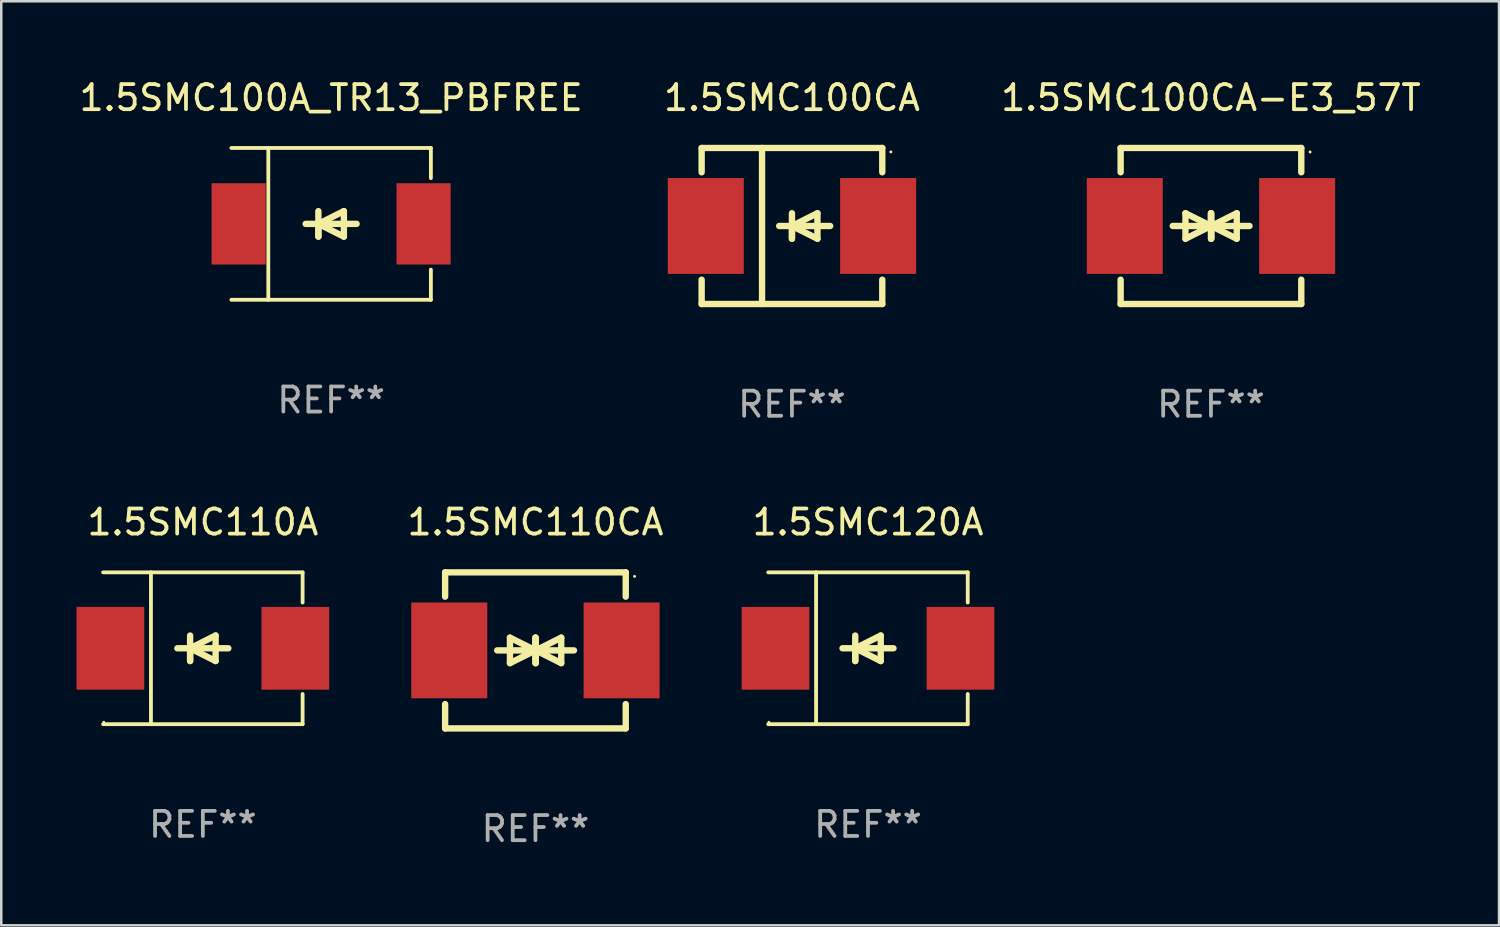
<source format=kicad_pcb>
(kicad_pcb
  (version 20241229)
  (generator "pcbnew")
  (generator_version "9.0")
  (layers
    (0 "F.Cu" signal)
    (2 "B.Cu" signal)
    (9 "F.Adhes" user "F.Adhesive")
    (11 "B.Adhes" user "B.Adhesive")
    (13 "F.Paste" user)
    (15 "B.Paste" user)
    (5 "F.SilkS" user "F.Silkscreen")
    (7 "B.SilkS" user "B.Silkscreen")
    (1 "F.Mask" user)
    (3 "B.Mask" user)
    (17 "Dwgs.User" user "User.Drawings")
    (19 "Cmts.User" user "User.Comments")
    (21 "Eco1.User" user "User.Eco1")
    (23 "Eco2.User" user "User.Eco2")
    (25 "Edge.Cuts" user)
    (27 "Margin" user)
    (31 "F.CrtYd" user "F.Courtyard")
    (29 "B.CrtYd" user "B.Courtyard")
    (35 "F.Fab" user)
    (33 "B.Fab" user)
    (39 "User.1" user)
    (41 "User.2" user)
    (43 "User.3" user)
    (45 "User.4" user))
  (footprint "1.5SMC100A_TR13_PBFREE"
    (layer "F.Cu")
    (at 10.149 5.874)
    (property "Reference" "1.5SMC100A_TR13_PBFREE" (at 0 -5.026 0) (layer "F.SilkS") (effects (font (size 1 1) (thickness 0.15))))
    (attr through_hole)
    (fp_line (start -3.976 -3.026) (end 3.976 -3.026) (stroke (width 0.152) (type solid)) (layer "F.SilkS"))
    (fp_line (start -3.976 3.026) (end 3.976 3.026) (stroke (width 0.152) (type solid)) (layer "F.SilkS"))
    (fp_line (start -2.504 -3.026) (end -2.504 3.026) (stroke (width 0.152) (type solid)) (layer "F.SilkS"))
    (fp_line (start -0.508 0) (end -0.508 0.508) (stroke (width 0.254) (type solid)) (layer "F.SilkS"))
    (fp_line (start -0.508 0) (end 0.508 0.508) (stroke (width 0.254) (type solid)) (layer "F.SilkS"))
    (fp_line (start -0.508 0.508) (end -0.508 -0.508) (stroke (width 0.254) (type solid)) (layer "F.SilkS"))
    (fp_line (start 0.508 -0.508) (end -0.508 0) (stroke (width 0.254) (type solid)) (layer "F.SilkS"))
    (fp_line (start 0.508 0.508) (end 0.508 -0.508) (stroke (width 0.254) (type solid)) (layer "F.SilkS"))
    (fp_line (start 1.016 0) (end -1.016 0) (stroke (width 0.254) (type solid)) (layer "F.SilkS"))
    (fp_line (start 3.976 -3.026) (end 3.976 -1.823) (stroke (width 0.152) (type solid)) (layer "F.SilkS"))
    (fp_line (start 3.976 3.026) (end 3.976 1.823) (stroke (width 0.152) (type solid)) (layer "F.SilkS"))
    (fp_circle (center 3.95 -2.95) (end 3.98 -2.95) (stroke (width 0.06) (type solid)) (fill no) (layer "F.SilkS"))
    (fp_text user "REF**" (at 0 7.026 0) (layer "F.Fab") (effects (font (size 1 1) (thickness 0.15))))
    (pad "1" smd rect (at 3.686 0 180) (size 2.158 3.24) (layers "F.Cu" "F.Mask" "F.Paste"))
    (pad "2" smd rect (at -3.686 0 180) (size 2.158 3.24) (layers "F.Cu" "F.Mask" "F.Paste")))
  (footprint "1.5SMC110A"
    (layer "F.Cu")
    (at 5.036 22.791)
    (property "Reference" "1.5SMC110A" (at 0 -5.026 0) (layer "F.SilkS") (effects (font (size 1 1) (thickness 0.15))))
    (attr through_hole)
    (fp_line (start -3.976 -3.026) (end 3.976 -3.026) (stroke (width 0.152) (type solid)) (layer "F.SilkS"))
    (fp_line (start -3.976 3.026) (end 3.976 3.026) (stroke (width 0.152) (type solid)) (layer "F.SilkS"))
    (fp_line (start -2.069 -3.026) (end -2.069 3.026) (stroke (width 0.152) (type solid)) (layer "F.SilkS"))
    (fp_line (start -0.508 0) (end -0.508 0.508) (stroke (width 0.254) (type solid)) (layer "F.SilkS"))
    (fp_line (start -0.508 0) (end 0.508 0.508) (stroke (width 0.254) (type solid)) (layer "F.SilkS"))
    (fp_line (start -0.508 0.508) (end -0.508 -0.508) (stroke (width 0.254) (type solid)) (layer "F.SilkS"))
    (fp_line (start 0.508 -0.508) (end -0.508 0) (stroke (width 0.254) (type solid)) (layer "F.SilkS"))
    (fp_line (start 0.508 0.508) (end 0.508 -0.508) (stroke (width 0.254) (type solid)) (layer "F.SilkS"))
    (fp_line (start 1.016 0) (end -1.016 0) (stroke (width 0.254) (type solid)) (layer "F.SilkS"))
    (fp_line (start 3.976 -3.026) (end 3.976 -1.823) (stroke (width 0.152) (type solid)) (layer "F.SilkS"))
    (fp_line (start 3.976 3.026) (end 3.976 1.823) (stroke (width 0.152) (type solid)) (layer "F.SilkS"))
    (fp_circle (center -3.95 2.95) (end -3.92 2.95) (stroke (width 0.06) (type solid)) (fill no) (layer "F.SilkS"))
    (fp_text user "REF**" (at 0 7.026 0) (layer "F.Fab") (effects (font (size 1 1) (thickness 0.15))))
    (pad "1" smd rect (at -3.686 0) (size 2.7 3.3) (layers "F.Cu" "F.Mask" "F.Paste"))
    (pad "2" smd rect (at 3.686 0) (size 2.7 3.3) (layers "F.Cu" "F.Mask" "F.Paste")))
  (footprint "1.5SMC100CA-E3_57T"
    (layer "F.Cu")
    (at 45.22 5.958)
    (property "Reference" "1.5SMC100CA-E3_57T" (at 0 -5.11 0) (layer "F.SilkS") (effects (font (size 1 1) (thickness 0.15))))
    (attr through_hole)
    (fp_line (start -3.6 -2.141) (end -3.6 -3.11) (stroke (width 0.254) (type solid)) (layer "F.SilkS"))
    (fp_line (start -3.6 3.11) (end -3.6 2.141) (stroke (width 0.254) (type solid)) (layer "F.SilkS"))
    (fp_line (start -1.524 0) (end 0.508 0) (stroke (width 0.254) (type solid)) (layer "F.SilkS"))
    (fp_line (start -1.016 -0.508) (end -1.016 0.508) (stroke (width 0.254) (type solid)) (layer "F.SilkS"))
    (fp_line (start -1.016 0.508) (end 0 0) (stroke (width 0.254) (type solid)) (layer "F.SilkS"))
    (fp_line (start 0 -0.508) (end 0 0.508) (stroke (width 0.254) (type solid)) (layer "F.SilkS"))
    (fp_line (start 0 0) (end -1.016 -0.508) (stroke (width 0.254) (type solid)) (layer "F.SilkS"))
    (fp_line (start 0 0) (end 0 -0.508) (stroke (width 0.254) (type solid)) (layer "F.SilkS"))
    (fp_line (start 0.012 0) (end 0.012 0.508) (stroke (width 0.254) (type solid)) (layer "F.SilkS"))
    (fp_line (start 0.012 0) (end 1.028 0.508) (stroke (width 0.254) (type solid)) (layer "F.SilkS"))
    (fp_line (start 0.012 0.508) (end 0.012 -0.508) (stroke (width 0.254) (type solid)) (layer "F.SilkS"))
    (fp_line (start 1.028 -0.508) (end 0.012 0) (stroke (width 0.254) (type solid)) (layer "F.SilkS"))
    (fp_line (start 1.028 0.508) (end 1.028 -0.508) (stroke (width 0.254) (type solid)) (layer "F.SilkS"))
    (fp_line (start 1.536 0) (end -0.496 0) (stroke (width 0.254) (type solid)) (layer "F.SilkS"))
    (fp_line (start 3.6 -3.11) (end -3.6 -3.11) (stroke (width 0.254) (type solid)) (layer "F.SilkS"))
    (fp_line (start 3.6 -2.141) (end 3.6 -3.11) (stroke (width 0.254) (type solid)) (layer "F.SilkS"))
    (fp_line (start 3.6 3.11) (end -3.6 3.11) (stroke (width 0.254) (type solid)) (layer "F.SilkS"))
    (fp_line (start 3.6 3.11) (end 3.6 2.141) (stroke (width 0.254) (type solid)) (layer "F.SilkS"))
    (fp_circle (center 3.952 -2.95) (end 3.982 -2.95) (stroke (width 0.06) (type solid)) (fill no) (layer "F.SilkS"))
    (fp_text user "REF**" (at 0 7.11 0) (layer "F.Fab") (effects (font (size 1 1) (thickness 0.15))))
    (pad "1" smd rect (at 3.435 0) (size 3.03 3.82) (layers "F.Cu" "F.Mask" "F.Paste"))
    (pad "2" smd rect (at -3.435 0) (size 3.03 3.82) (layers "F.Cu" "F.Mask" "F.Paste")))
  (footprint "1.5SMC110CA"
    (layer "F.Cu")
    (at 18.293 22.875)
    (property "Reference" "1.5SMC110CA" (at 0 -5.11 0) (layer "F.SilkS") (effects (font (size 1 1) (thickness 0.15))))
    (attr through_hole)
    (fp_line (start -3.6 -2.141) (end -3.6 -3.11) (stroke (width 0.254) (type solid)) (layer "F.SilkS"))
    (fp_line (start -3.6 3.11) (end -3.6 2.141) (stroke (width 0.254) (type solid)) (layer "F.SilkS"))
    (fp_line (start -1.524 0) (end 0.508 0) (stroke (width 0.254) (type solid)) (layer "F.SilkS"))
    (fp_line (start -1.016 -0.508) (end -1.016 0.508) (stroke (width 0.254) (type solid)) (layer "F.SilkS"))
    (fp_line (start -1.016 0.508) (end 0 0) (stroke (width 0.254) (type solid)) (layer "F.SilkS"))
    (fp_line (start 0 -0.508) (end 0 0.508) (stroke (width 0.254) (type solid)) (layer "F.SilkS"))
    (fp_line (start 0 0) (end -1.016 -0.508) (stroke (width 0.254) (type solid)) (layer "F.SilkS"))
    (fp_line (start 0 0) (end 0 -0.508) (stroke (width 0.254) (type solid)) (layer "F.SilkS"))
    (fp_line (start 0.012 0) (end 0.012 0.508) (stroke (width 0.254) (type solid)) (layer "F.SilkS"))
    (fp_line (start 0.012 0) (end 1.028 0.508) (stroke (width 0.254) (type solid)) (layer "F.SilkS"))
    (fp_line (start 0.012 0.508) (end 0.012 -0.508) (stroke (width 0.254) (type solid)) (layer "F.SilkS"))
    (fp_line (start 1.028 -0.508) (end 0.012 0) (stroke (width 0.254) (type solid)) (layer "F.SilkS"))
    (fp_line (start 1.028 0.508) (end 1.028 -0.508) (stroke (width 0.254) (type solid)) (layer "F.SilkS"))
    (fp_line (start 1.536 0) (end -0.496 0) (stroke (width 0.254) (type solid)) (layer "F.SilkS"))
    (fp_line (start 3.6 -3.11) (end -3.6 -3.11) (stroke (width 0.254) (type solid)) (layer "F.SilkS"))
    (fp_line (start 3.6 -2.141) (end 3.6 -3.11) (stroke (width 0.254) (type solid)) (layer "F.SilkS"))
    (fp_line (start 3.6 3.11) (end -3.6 3.11) (stroke (width 0.254) (type solid)) (layer "F.SilkS"))
    (fp_line (start 3.6 3.11) (end 3.6 2.141) (stroke (width 0.254) (type solid)) (layer "F.SilkS"))
    (fp_circle (center 3.952 -2.95) (end 3.982 -2.95) (stroke (width 0.06) (type solid)) (fill no) (layer "F.SilkS"))
    (fp_text user "REF**" (at 0 7.11 0) (layer "F.Fab") (effects (font (size 1 1) (thickness 0.15))))
    (pad "1" smd rect (at 3.435 0) (size 3.03 3.82) (layers "F.Cu" "F.Mask" "F.Paste"))
    (pad "2" smd rect (at -3.435 0) (size 3.03 3.82) (layers "F.Cu" "F.Mask" "F.Paste")))
  (footprint "1.5SMC120A"
    (layer "F.Cu")
    (at 31.549 22.791)
    (property "Reference" "1.5SMC120A" (at 0 -5.026 0) (layer "F.SilkS") (effects (font (size 1 1) (thickness 0.15))))
    (attr through_hole)
    (fp_line (start -3.976 -3.026) (end 3.976 -3.026) (stroke (width 0.152) (type solid)) (layer "F.SilkS"))
    (fp_line (start -3.976 3.026) (end 3.976 3.026) (stroke (width 0.152) (type solid)) (layer "F.SilkS"))
    (fp_line (start -2.069 -3.026) (end -2.069 3.026) (stroke (width 0.152) (type solid)) (layer "F.SilkS"))
    (fp_line (start -0.508 0) (end -0.508 0.508) (stroke (width 0.254) (type solid)) (layer "F.SilkS"))
    (fp_line (start -0.508 0) (end 0.508 0.508) (stroke (width 0.254) (type solid)) (layer "F.SilkS"))
    (fp_line (start -0.508 0.508) (end -0.508 -0.508) (stroke (width 0.254) (type solid)) (layer "F.SilkS"))
    (fp_line (start 0.508 -0.508) (end -0.508 0) (stroke (width 0.254) (type solid)) (layer "F.SilkS"))
    (fp_line (start 0.508 0.508) (end 0.508 -0.508) (stroke (width 0.254) (type solid)) (layer "F.SilkS"))
    (fp_line (start 1.016 0) (end -1.016 0) (stroke (width 0.254) (type solid)) (layer "F.SilkS"))
    (fp_line (start 3.976 -3.026) (end 3.976 -1.823) (stroke (width 0.152) (type solid)) (layer "F.SilkS"))
    (fp_line (start 3.976 3.026) (end 3.976 1.823) (stroke (width 0.152) (type solid)) (layer "F.SilkS"))
    (fp_circle (center -3.95 2.95) (end -3.92 2.95) (stroke (width 0.06) (type solid)) (fill no) (layer "F.SilkS"))
    (fp_text user "REF**" (at 0 7.026 0) (layer "F.Fab") (effects (font (size 1 1) (thickness 0.15))))
    (pad "1" smd rect (at -3.686 0) (size 2.7 3.3) (layers "F.Cu" "F.Mask" "F.Paste"))
    (pad "2" smd rect (at 3.686 0) (size 2.7 3.3) (layers "F.Cu" "F.Mask" "F.Paste")))
  (footprint "1.5SMC100CA"
    (layer "F.Cu")
    (at 28.518 5.958)
    (property "Reference" "1.5SMC100CA" (at 0 -5.11 0) (layer "F.SilkS") (effects (font (size 1 1) (thickness 0.15))))
    (attr through_hole)
    (fp_line (start -3.6 -3.11) (end -3.6 -2.141) (stroke (width 0.254) (type solid)) (layer "F.SilkS"))
    (fp_line (start -3.6 -3.11) (end 3.6 -3.11) (stroke (width 0.254) (type solid)) (layer "F.SilkS"))
    (fp_line (start -3.6 2.141) (end -3.6 3.11) (stroke (width 0.254) (type solid)) (layer "F.SilkS"))
    (fp_line (start -3.6 3.11) (end 3.6 3.11) (stroke (width 0.254) (type solid)) (layer "F.SilkS"))
    (fp_line (start -1.192 -3.11) (end -1.192 3.11) (stroke (width 0.254) (type solid)) (layer "F.SilkS"))
    (fp_line (start 0 0) (end 0 0.508) (stroke (width 0.254) (type solid)) (layer "F.SilkS"))
    (fp_line (start 0 0) (end 1.016 0.508) (stroke (width 0.254) (type solid)) (layer "F.SilkS"))
    (fp_line (start 0 0.508) (end 0 -0.508) (stroke (width 0.254) (type solid)) (layer "F.SilkS"))
    (fp_line (start 1.016 -0.508) (end 0 0) (stroke (width 0.254) (type solid)) (layer "F.SilkS"))
    (fp_line (start 1.016 0.508) (end 1.016 -0.508) (stroke (width 0.254) (type solid)) (layer "F.SilkS"))
    (fp_line (start 1.524 0) (end -0.508 0) (stroke (width 0.254) (type solid)) (layer "F.SilkS"))
    (fp_line (start 3.6 -3.11) (end 3.6 -2.141) (stroke (width 0.254) (type solid)) (layer "F.SilkS"))
    (fp_line (start 3.6 2.141) (end 3.6 3.11) (stroke (width 0.254) (type solid)) (layer "F.SilkS"))
    (fp_circle (center 3.943 -2.952) (end 3.973 -2.952) (stroke (width 0.06) (type solid)) (fill no) (layer "F.SilkS"))
    (fp_text user "REF**" (at 0 7.11 0) (layer "F.Fab") (effects (font (size 1 1) (thickness 0.15))))
    (pad "1" smd rect (at 3.435 0 180) (size 3.03 3.82) (layers "F.Cu" "F.Mask" "F.Paste"))
    (pad "2" smd rect (at -3.435 0 180) (size 3.03 3.82) (layers "F.Cu" "F.Mask" "F.Paste")))
  (gr_rect
    (start -3 -3)
    (end 56.702 33.833)
    (stroke (width 0.1) (type default))
    (fill no)
    (layer "Edge.Cuts")))
</source>
